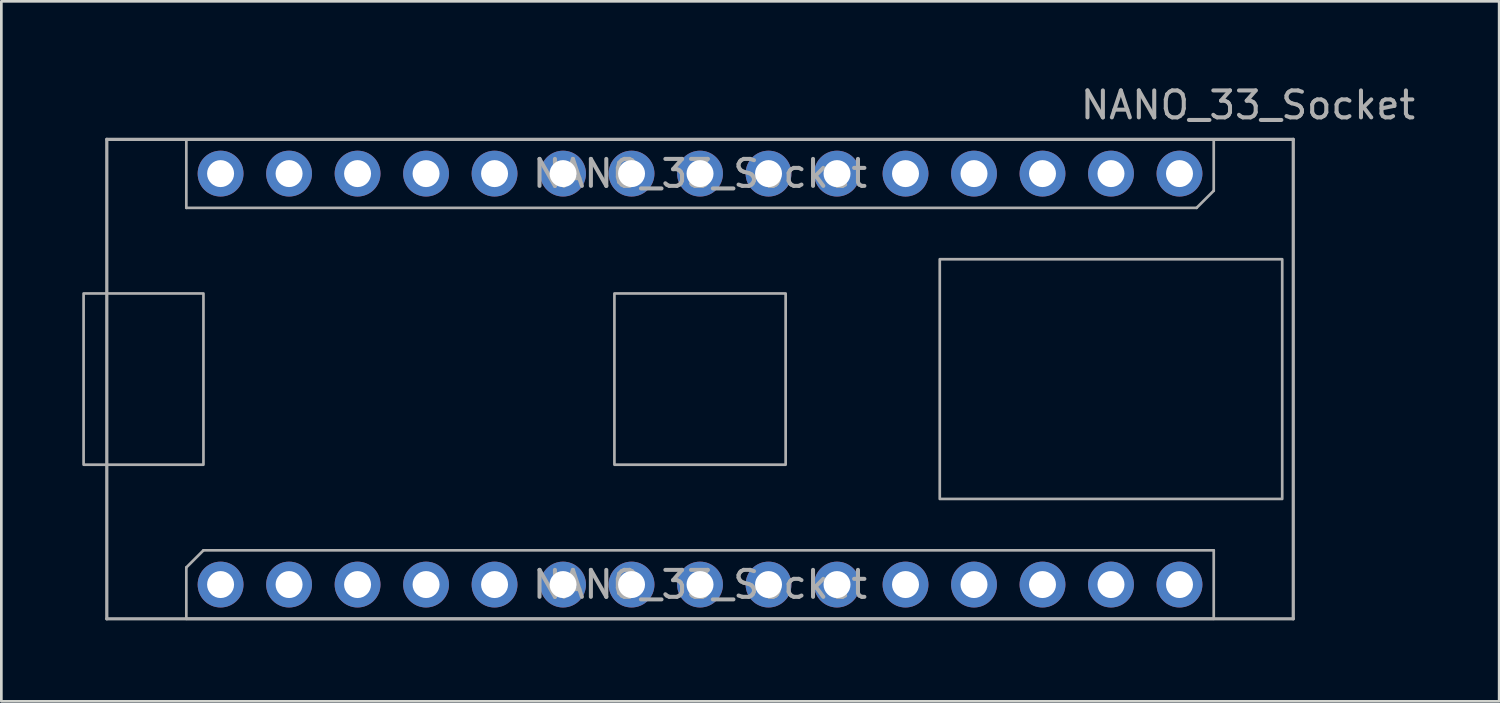
<source format=kicad_pcb>
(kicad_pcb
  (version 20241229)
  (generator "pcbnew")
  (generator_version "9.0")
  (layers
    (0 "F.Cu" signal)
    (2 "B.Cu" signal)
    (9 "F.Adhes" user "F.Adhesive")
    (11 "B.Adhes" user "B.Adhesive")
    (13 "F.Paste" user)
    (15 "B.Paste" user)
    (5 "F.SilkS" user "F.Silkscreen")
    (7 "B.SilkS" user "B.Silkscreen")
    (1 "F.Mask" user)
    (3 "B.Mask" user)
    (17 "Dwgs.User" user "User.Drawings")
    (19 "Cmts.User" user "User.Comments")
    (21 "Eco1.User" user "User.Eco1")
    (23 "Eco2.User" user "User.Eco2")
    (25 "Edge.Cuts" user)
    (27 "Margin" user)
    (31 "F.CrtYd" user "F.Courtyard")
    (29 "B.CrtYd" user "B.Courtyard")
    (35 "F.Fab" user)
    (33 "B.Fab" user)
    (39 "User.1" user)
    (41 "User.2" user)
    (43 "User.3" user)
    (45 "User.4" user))
  (footprint "NANO_33_Socket"
    (layer "F.Cu")
    (at 22.91 11.008)
    (property "Reference" "NANO_33_Socket" (at 20.32 -10.16 0) (layer "F.Fab") (effects (font (size 1 1) (thickness 0.15))))
    (attr through_hole)
    (fp_line (start -22 -8.89) (end 22 -8.89) (stroke (width 0.12) (type solid)) (layer "F.Fab"))
    (fp_line (start -22 8.89) (end -22 -8.89) (stroke (width 0.12) (type solid)) (layer "F.Fab"))
    (fp_line (start -22 8.89) (end 22 8.89) (stroke (width 0.12) (type solid)) (layer "F.Fab"))
    (fp_line (start -19.05 -8.89) (end 19.05 -8.89) (stroke (width 0.1) (type solid)) (layer "F.Fab"))
    (fp_line (start -19.05 -6.35) (end -19.05 -8.89) (stroke (width 0.1) (type solid)) (layer "F.Fab"))
    (fp_line (start -19.05 6.985) (end -18.415 6.35) (stroke (width 0.1) (type solid)) (layer "F.Fab"))
    (fp_line (start -19.05 8.89) (end -19.05 6.985) (stroke (width 0.1) (type solid)) (layer "F.Fab"))
    (fp_line (start -18.415 6.35) (end 19.05 6.35) (stroke (width 0.1) (type solid)) (layer "F.Fab"))
    (fp_line (start 18.415 -6.35) (end -19.05 -6.35) (stroke (width 0.1) (type solid)) (layer "F.Fab"))
    (fp_line (start 19.05 -8.89) (end 19.05 -6.985) (stroke (width 0.1) (type solid)) (layer "F.Fab"))
    (fp_line (start 19.05 -6.985) (end 18.415 -6.35) (stroke (width 0.1) (type solid)) (layer "F.Fab"))
    (fp_line (start 19.05 6.35) (end 19.05 8.89) (stroke (width 0.1) (type solid)) (layer "F.Fab"))
    (fp_line (start 19.05 8.89) (end -19.05 8.89) (stroke (width 0.1) (type solid)) (layer "F.Fab"))
    (fp_line (start 22 8.89) (end 22 -8.89) (stroke (width 0.12) (type solid)) (layer "F.Fab"))
    (fp_poly (pts (xy -22.86 3.175) (xy -18.415 3.175) (xy -18.415 -3.175) (xy -22.86 -3.175)) (stroke (width 0.1) (type solid)) (fill no) (layer "F.Fab"))
    (fp_poly (pts (xy -3.175 3.175) (xy 3.175 3.175) (xy 3.175 -3.175) (xy -3.175 -3.175)) (stroke (width 0.1) (type solid)) (fill no) (layer "F.Fab"))
    (fp_poly (pts (xy 8.89 4.445) (xy 21.59 4.445) (xy 21.59 -4.445) (xy 8.89 -4.445)) (stroke (width 0.1) (type solid)) (fill no) (layer "F.Fab"))
    (fp_text user "${REFERENCE}" (at 0 -7.62 0) (layer "F.Fab") (effects (font (size 1 1) (thickness 0.15))))
    (fp_text user "${REFERENCE}" (at 0 7.62 180) (layer "F.Fab") (effects (font (size 1 1) (thickness 0.15))))
    (pad "1" thru_hole circle (at -17.78 7.62 90) (size 1.7 1.7) (drill 1) (layers "*.Cu" "*.Mask"))
    (pad "2" thru_hole oval (at -15.24 7.62 90) (size 1.7 1.7) (drill 1) (layers "*.Cu" "*.Mask"))
    (pad "3" thru_hole oval (at -12.7 7.62 90) (size 1.7 1.7) (drill 1) (layers "*.Cu" "*.Mask"))
    (pad "4" thru_hole oval (at -10.16 7.62 90) (size 1.7 1.7) (drill 1) (layers "*.Cu" "*.Mask"))
    (pad "5" thru_hole oval (at -7.62 7.62 90) (size 1.7 1.7) (drill 1) (layers "*.Cu" "*.Mask"))
    (pad "6" thru_hole oval (at -5.08 7.62 90) (size 1.7 1.7) (drill 1) (layers "*.Cu" "*.Mask"))
    (pad "7" thru_hole oval (at -2.54 7.62 90) (size 1.7 1.7) (drill 1) (layers "*.Cu" "*.Mask"))
    (pad "8" thru_hole oval (at 0 7.62 90) (size 1.7 1.7) (drill 1) (layers "*.Cu" "*.Mask"))
    (pad "9" thru_hole oval (at 2.54 7.62 90) (size 1.7 1.7) (drill 1) (layers "*.Cu" "*.Mask"))
    (pad "10" thru_hole oval (at 5.08 7.62 90) (size 1.7 1.7) (drill 1) (layers "*.Cu" "*.Mask"))
    (pad "11" thru_hole oval (at 7.62 7.62 90) (size 1.7 1.7) (drill 1) (layers "*.Cu" "*.Mask"))
    (pad "12" thru_hole oval (at 10.16 7.62 90) (size 1.7 1.7) (drill 1) (layers "*.Cu" "*.Mask"))
    (pad "13" thru_hole oval (at 12.7 7.62 90) (size 1.7 1.7) (drill 1) (layers "*.Cu" "*.Mask"))
    (pad "14" thru_hole oval (at 15.24 7.62 90) (size 1.7 1.7) (drill 1) (layers "*.Cu" "*.Mask"))
    (pad "15" thru_hole oval (at 17.78 7.62 90) (size 1.7 1.7) (drill 1) (layers "*.Cu" "*.Mask"))
    (pad "16" thru_hole circle (at 17.78 -7.62 270) (size 1.7 1.7) (drill 1) (layers "*.Cu" "*.Mask"))
    (pad "17" thru_hole oval (at 15.24 -7.62 270) (size 1.7 1.7) (drill 1) (layers "*.Cu" "*.Mask"))
    (pad "18" thru_hole oval (at 12.7 -7.62 270) (size 1.7 1.7) (drill 1) (layers "*.Cu" "*.Mask"))
    (pad "19" thru_hole oval (at 10.16 -7.62 270) (size 1.7 1.7) (drill 1) (layers "*.Cu" "*.Mask"))
    (pad "20" thru_hole oval (at 7.62 -7.62 270) (size 1.7 1.7) (drill 1) (layers "*.Cu" "*.Mask"))
    (pad "21" thru_hole oval (at 5.08 -7.62 270) (size 1.7 1.7) (drill 1) (layers "*.Cu" "*.Mask"))
    (pad "22" thru_hole oval (at 2.54 -7.62 270) (size 1.7 1.7) (drill 1) (layers "*.Cu" "*.Mask"))
    (pad "23" thru_hole oval (at 0 -7.62 270) (size 1.7 1.7) (drill 1) (layers "*.Cu" "*.Mask"))
    (pad "24" thru_hole oval (at -2.54 -7.62 270) (size 1.7 1.7) (drill 1) (layers "*.Cu" "*.Mask"))
    (pad "25" thru_hole oval (at -5.08 -7.62 270) (size 1.7 1.7) (drill 1) (layers "*.Cu" "*.Mask"))
    (pad "26" thru_hole oval (at -7.62 -7.62 270) (size 1.7 1.7) (drill 1) (layers "*.Cu" "*.Mask"))
    (pad "27" thru_hole oval (at -10.16 -7.62 270) (size 1.7 1.7) (drill 1) (layers "*.Cu" "*.Mask"))
    (pad "28" thru_hole oval (at -12.7 -7.62 270) (size 1.7 1.7) (drill 1) (layers "*.Cu" "*.Mask"))
    (pad "29" thru_hole oval (at -15.24 -7.62 270) (size 1.7 1.7) (drill 1) (layers "*.Cu" "*.Mask"))
    (pad "30" thru_hole oval (at -17.78 -7.62 270) (size 1.7 1.7) (drill 1) (layers "*.Cu" "*.Mask")))
  (gr_rect
    (start -3 -3)
    (end 52.545 22.958)
    (stroke (width 0.1) (type default))
    (fill no)
    (layer "Edge.Cuts")))
</source>
